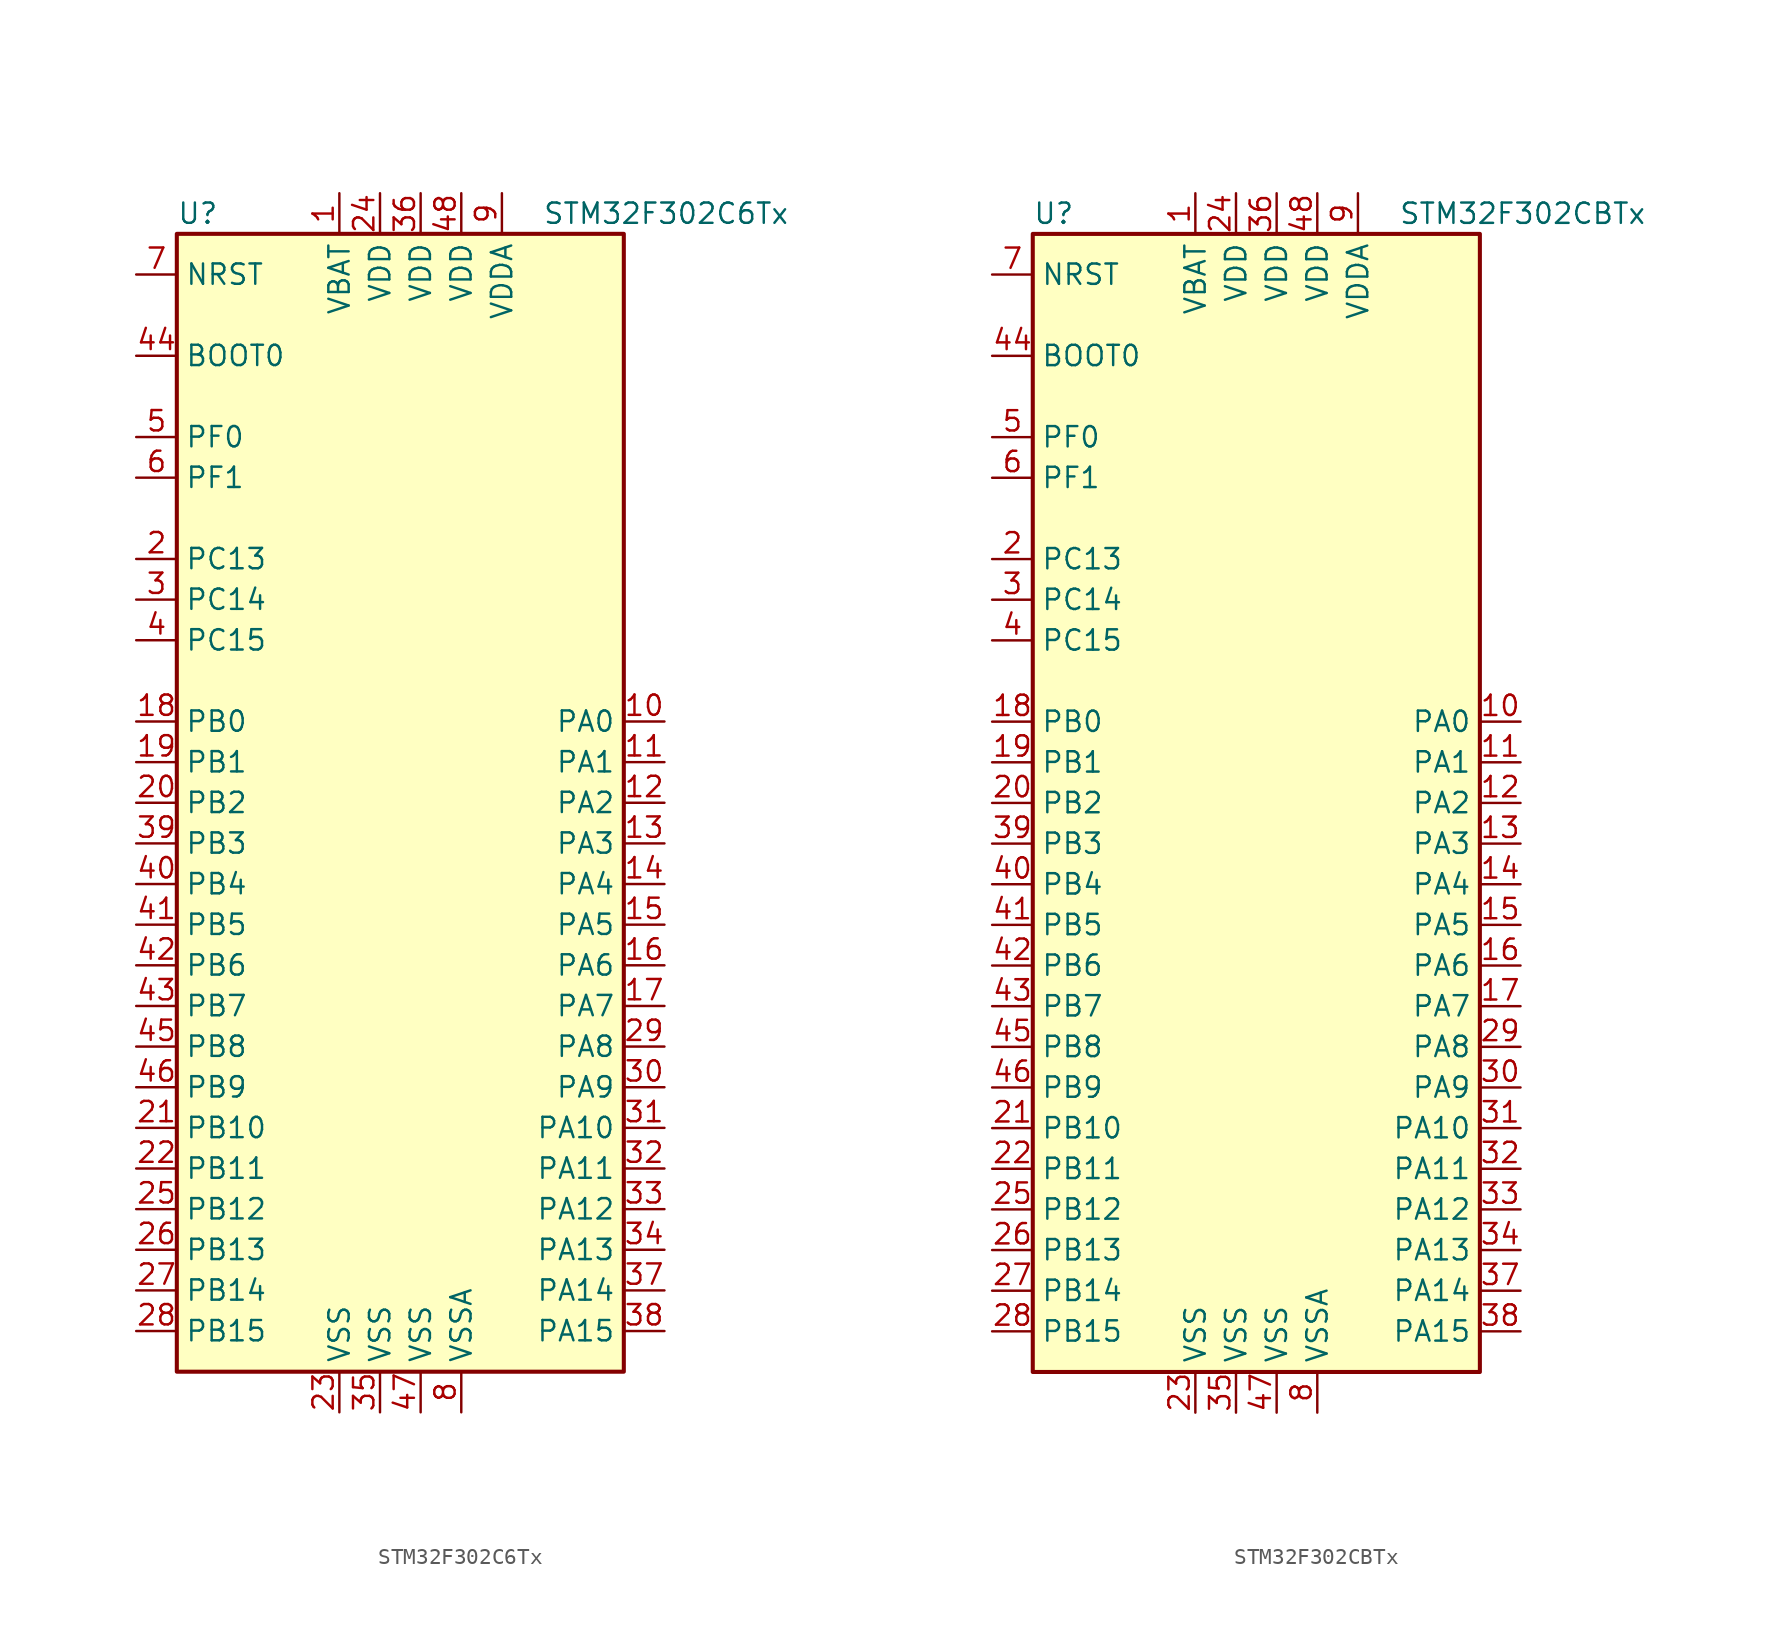
<source format=kicad_sym>
(kicad_symbol_lib
  (version 20201005)
  (generator kicad_symbol_editor)
  (symbol "STM32F302C6Tx"
    (property "Reference" "U"
      (at -15.24 36.83 0)
      (effects (font (size 1.27 1.27)) (justify left)))
    (property "Value" "STM32F302C6Tx"
      (at 7.62 36.83 0)
      (effects (font (size 1.27 1.27)) (justify left)))
    (symbol "STM32F302C6Tx_0_1"
      (rectangle (start -15.24 -35.56) (end 12.7 35.56) (stroke (width 0.254)) (fill (type background))))
    (symbol "STM32F302C6Tx_1_1"
      (pin input line (at -17.78 27.94 0) (length 2.54) (name "BOOT0" (effects (font (size 1.27 1.27)))) (number "44" (effects (font (size 1.27 1.27)))))
      (pin input line (at -17.78 33.02 0) (length 2.54) (name "NRST" (effects (font (size 1.27 1.27)))) (number "7" (effects (font (size 1.27 1.27)))))
      (pin bidirectional line (at 15.24 5.08 180) (length 2.54) (name "PA0" (effects (font (size 1.27 1.27)))) (number "10" (effects (font (size 1.27 1.27)))))
      (pin bidirectional line (at 15.24 2.54 180) (length 2.54) (name "PA1" (effects (font (size 1.27 1.27)))) (number "11" (effects (font (size 1.27 1.27)))))
      (pin bidirectional line (at 15.24 -20.32 180) (length 2.54) (name "PA10" (effects (font (size 1.27 1.27)))) (number "31" (effects (font (size 1.27 1.27)))))
      (pin bidirectional line (at 15.24 -22.86 180) (length 2.54) (name "PA11" (effects (font (size 1.27 1.27)))) (number "32" (effects (font (size 1.27 1.27)))))
      (pin bidirectional line (at 15.24 -25.4 180) (length 2.54) (name "PA12" (effects (font (size 1.27 1.27)))) (number "33" (effects (font (size 1.27 1.27)))))
      (pin bidirectional line (at 15.24 -27.94 180) (length 2.54) (name "PA13" (effects (font (size 1.27 1.27)))) (number "34" (effects (font (size 1.27 1.27)))))
      (pin bidirectional line (at 15.24 -30.48 180) (length 2.54) (name "PA14" (effects (font (size 1.27 1.27)))) (number "37" (effects (font (size 1.27 1.27)))))
      (pin bidirectional line (at 15.24 -33.02 180) (length 2.54) (name "PA15" (effects (font (size 1.27 1.27)))) (number "38" (effects (font (size 1.27 1.27)))))
      (pin bidirectional line (at 15.24 0 180) (length 2.54) (name "PA2" (effects (font (size 1.27 1.27)))) (number "12" (effects (font (size 1.27 1.27)))))
      (pin bidirectional line (at 15.24 -2.54 180) (length 2.54) (name "PA3" (effects (font (size 1.27 1.27)))) (number "13" (effects (font (size 1.27 1.27)))))
      (pin bidirectional line (at 15.24 -5.08 180) (length 2.54) (name "PA4" (effects (font (size 1.27 1.27)))) (number "14" (effects (font (size 1.27 1.27)))))
      (pin bidirectional line (at 15.24 -7.62 180) (length 2.54) (name "PA5" (effects (font (size 1.27 1.27)))) (number "15" (effects (font (size 1.27 1.27)))))
      (pin bidirectional line (at 15.24 -10.16 180) (length 2.54) (name "PA6" (effects (font (size 1.27 1.27)))) (number "16" (effects (font (size 1.27 1.27)))))
      (pin bidirectional line (at 15.24 -12.7 180) (length 2.54) (name "PA7" (effects (font (size 1.27 1.27)))) (number "17" (effects (font (size 1.27 1.27)))))
      (pin bidirectional line (at 15.24 -15.24 180) (length 2.54) (name "PA8" (effects (font (size 1.27 1.27)))) (number "29" (effects (font (size 1.27 1.27)))))
      (pin bidirectional line (at 15.24 -17.78 180) (length 2.54) (name "PA9" (effects (font (size 1.27 1.27)))) (number "30" (effects (font (size 1.27 1.27)))))
      (pin bidirectional line (at -17.78 5.08 0) (length 2.54) (name "PB0" (effects (font (size 1.27 1.27)))) (number "18" (effects (font (size 1.27 1.27)))))
      (pin bidirectional line (at -17.78 2.54 0) (length 2.54) (name "PB1" (effects (font (size 1.27 1.27)))) (number "19" (effects (font (size 1.27 1.27)))))
      (pin bidirectional line (at -17.78 -20.32 0) (length 2.54) (name "PB10" (effects (font (size 1.27 1.27)))) (number "21" (effects (font (size 1.27 1.27)))))
      (pin bidirectional line (at -17.78 -22.86 0) (length 2.54) (name "PB11" (effects (font (size 1.27 1.27)))) (number "22" (effects (font (size 1.27 1.27)))))
      (pin bidirectional line (at -17.78 -25.4 0) (length 2.54) (name "PB12" (effects (font (size 1.27 1.27)))) (number "25" (effects (font (size 1.27 1.27)))))
      (pin bidirectional line (at -17.78 -27.94 0) (length 2.54) (name "PB13" (effects (font (size 1.27 1.27)))) (number "26" (effects (font (size 1.27 1.27)))))
      (pin bidirectional line (at -17.78 -30.48 0) (length 2.54) (name "PB14" (effects (font (size 1.27 1.27)))) (number "27" (effects (font (size 1.27 1.27)))))
      (pin bidirectional line (at -17.78 -33.02 0) (length 2.54) (name "PB15" (effects (font (size 1.27 1.27)))) (number "28" (effects (font (size 1.27 1.27)))))
      (pin bidirectional line (at -17.78 0 0) (length 2.54) (name "PB2" (effects (font (size 1.27 1.27)))) (number "20" (effects (font (size 1.27 1.27)))))
      (pin bidirectional line (at -17.78 -2.54 0) (length 2.54) (name "PB3" (effects (font (size 1.27 1.27)))) (number "39" (effects (font (size 1.27 1.27)))))
      (pin bidirectional line (at -17.78 -5.08 0) (length 2.54) (name "PB4" (effects (font (size 1.27 1.27)))) (number "40" (effects (font (size 1.27 1.27)))))
      (pin bidirectional line (at -17.78 -7.62 0) (length 2.54) (name "PB5" (effects (font (size 1.27 1.27)))) (number "41" (effects (font (size 1.27 1.27)))))
      (pin bidirectional line (at -17.78 -10.16 0) (length 2.54) (name "PB6" (effects (font (size 1.27 1.27)))) (number "42" (effects (font (size 1.27 1.27)))))
      (pin bidirectional line (at -17.78 -12.7 0) (length 2.54) (name "PB7" (effects (font (size 1.27 1.27)))) (number "43" (effects (font (size 1.27 1.27)))))
      (pin bidirectional line (at -17.78 -15.24 0) (length 2.54) (name "PB8" (effects (font (size 1.27 1.27)))) (number "45" (effects (font (size 1.27 1.27)))))
      (pin bidirectional line (at -17.78 -17.78 0) (length 2.54) (name "PB9" (effects (font (size 1.27 1.27)))) (number "46" (effects (font (size 1.27 1.27)))))
      (pin bidirectional line (at -17.78 15.24 0) (length 2.54) (name "PC13" (effects (font (size 1.27 1.27)))) (number "2" (effects (font (size 1.27 1.27)))))
      (pin bidirectional line (at -17.78 12.7 0) (length 2.54) (name "PC14" (effects (font (size 1.27 1.27)))) (number "3" (effects (font (size 1.27 1.27)))))
      (pin bidirectional line (at -17.78 10.16 0) (length 2.54) (name "PC15" (effects (font (size 1.27 1.27)))) (number "4" (effects (font (size 1.27 1.27)))))
      (pin input line (at -17.78 22.86 0) (length 2.54) (name "PF0" (effects (font (size 1.27 1.27)))) (number "5" (effects (font (size 1.27 1.27)))))
      (pin input line (at -17.78 20.32 0) (length 2.54) (name "PF1" (effects (font (size 1.27 1.27)))) (number "6" (effects (font (size 1.27 1.27)))))
      (pin power_in line (at -5.08 38.1 270) (length 2.54) (name "VBAT" (effects (font (size 1.27 1.27)))) (number "1" (effects (font (size 1.27 1.27)))))
      (pin power_in line (at -2.54 38.1 270) (length 2.54) (name "VDD" (effects (font (size 1.27 1.27)))) (number "24" (effects (font (size 1.27 1.27)))))
      (pin power_in line (at 0 38.1 270) (length 2.54) (name "VDD" (effects (font (size 1.27 1.27)))) (number "36" (effects (font (size 1.27 1.27)))))
      (pin power_in line (at 2.54 38.1 270) (length 2.54) (name "VDD" (effects (font (size 1.27 1.27)))) (number "48" (effects (font (size 1.27 1.27)))))
      (pin power_in line (at 5.08 38.1 270) (length 2.54) (name "VDDA" (effects (font (size 1.27 1.27)))) (number "9" (effects (font (size 1.27 1.27)))))
      (pin power_in line (at -5.08 -38.1 90) (length 2.54) (name "VSS" (effects (font (size 1.27 1.27)))) (number "23" (effects (font (size 1.27 1.27)))))
      (pin power_in line (at -2.54 -38.1 90) (length 2.54) (name "VSS" (effects (font (size 1.27 1.27)))) (number "35" (effects (font (size 1.27 1.27)))))
      (pin power_in line (at 0 -38.1 90) (length 2.54) (name "VSS" (effects (font (size 1.27 1.27)))) (number "47" (effects (font (size 1.27 1.27)))))
      (pin power_in line (at 2.54 -38.1 90) (length 2.54) (name "VSSA" (effects (font (size 1.27 1.27)))) (number "8" (effects (font (size 1.27 1.27)))))))
  (symbol "STM32F302CBTx"
    (property "Reference" "U"
      (at -15.24 36.83 0)
      (effects (font (size 1.27 1.27)) (justify left)))
    (property "Value" "STM32F302CBTx"
      (at 7.62 36.83 0)
      (effects (font (size 1.27 1.27)) (justify left)))
    (symbol "STM32F302CBTx_0_1"
      (rectangle (start -15.24 -35.56) (end 12.7 35.56) (stroke (width 0.254)) (fill (type background))))
    (symbol "STM32F302CBTx_1_1"
      (pin input line (at -17.78 27.94 0) (length 2.54) (name "BOOT0" (effects (font (size 1.27 1.27)))) (number "44" (effects (font (size 1.27 1.27)))))
      (pin input line (at -17.78 33.02 0) (length 2.54) (name "NRST" (effects (font (size 1.27 1.27)))) (number "7" (effects (font (size 1.27 1.27)))))
      (pin bidirectional line (at 15.24 5.08 180) (length 2.54) (name "PA0" (effects (font (size 1.27 1.27)))) (number "10" (effects (font (size 1.27 1.27)))))
      (pin bidirectional line (at 15.24 2.54 180) (length 2.54) (name "PA1" (effects (font (size 1.27 1.27)))) (number "11" (effects (font (size 1.27 1.27)))))
      (pin bidirectional line (at 15.24 -20.32 180) (length 2.54) (name "PA10" (effects (font (size 1.27 1.27)))) (number "31" (effects (font (size 1.27 1.27)))))
      (pin bidirectional line (at 15.24 -22.86 180) (length 2.54) (name "PA11" (effects (font (size 1.27 1.27)))) (number "32" (effects (font (size 1.27 1.27)))))
      (pin bidirectional line (at 15.24 -25.4 180) (length 2.54) (name "PA12" (effects (font (size 1.27 1.27)))) (number "33" (effects (font (size 1.27 1.27)))))
      (pin bidirectional line (at 15.24 -27.94 180) (length 2.54) (name "PA13" (effects (font (size 1.27 1.27)))) (number "34" (effects (font (size 1.27 1.27)))))
      (pin bidirectional line (at 15.24 -30.48 180) (length 2.54) (name "PA14" (effects (font (size 1.27 1.27)))) (number "37" (effects (font (size 1.27 1.27)))))
      (pin bidirectional line (at 15.24 -33.02 180) (length 2.54) (name "PA15" (effects (font (size 1.27 1.27)))) (number "38" (effects (font (size 1.27 1.27)))))
      (pin bidirectional line (at 15.24 0 180) (length 2.54) (name "PA2" (effects (font (size 1.27 1.27)))) (number "12" (effects (font (size 1.27 1.27)))))
      (pin bidirectional line (at 15.24 -2.54 180) (length 2.54) (name "PA3" (effects (font (size 1.27 1.27)))) (number "13" (effects (font (size 1.27 1.27)))))
      (pin bidirectional line (at 15.24 -5.08 180) (length 2.54) (name "PA4" (effects (font (size 1.27 1.27)))) (number "14" (effects (font (size 1.27 1.27)))))
      (pin bidirectional line (at 15.24 -7.62 180) (length 2.54) (name "PA5" (effects (font (size 1.27 1.27)))) (number "15" (effects (font (size 1.27 1.27)))))
      (pin bidirectional line (at 15.24 -10.16 180) (length 2.54) (name "PA6" (effects (font (size 1.27 1.27)))) (number "16" (effects (font (size 1.27 1.27)))))
      (pin bidirectional line (at 15.24 -12.7 180) (length 2.54) (name "PA7" (effects (font (size 1.27 1.27)))) (number "17" (effects (font (size 1.27 1.27)))))
      (pin bidirectional line (at 15.24 -15.24 180) (length 2.54) (name "PA8" (effects (font (size 1.27 1.27)))) (number "29" (effects (font (size 1.27 1.27)))))
      (pin bidirectional line (at 15.24 -17.78 180) (length 2.54) (name "PA9" (effects (font (size 1.27 1.27)))) (number "30" (effects (font (size 1.27 1.27)))))
      (pin bidirectional line (at -17.78 5.08 0) (length 2.54) (name "PB0" (effects (font (size 1.27 1.27)))) (number "18" (effects (font (size 1.27 1.27)))))
      (pin bidirectional line (at -17.78 2.54 0) (length 2.54) (name "PB1" (effects (font (size 1.27 1.27)))) (number "19" (effects (font (size 1.27 1.27)))))
      (pin bidirectional line (at -17.78 -20.32 0) (length 2.54) (name "PB10" (effects (font (size 1.27 1.27)))) (number "21" (effects (font (size 1.27 1.27)))))
      (pin bidirectional line (at -17.78 -22.86 0) (length 2.54) (name "PB11" (effects (font (size 1.27 1.27)))) (number "22" (effects (font (size 1.27 1.27)))))
      (pin bidirectional line (at -17.78 -25.4 0) (length 2.54) (name "PB12" (effects (font (size 1.27 1.27)))) (number "25" (effects (font (size 1.27 1.27)))))
      (pin bidirectional line (at -17.78 -27.94 0) (length 2.54) (name "PB13" (effects (font (size 1.27 1.27)))) (number "26" (effects (font (size 1.27 1.27)))))
      (pin bidirectional line (at -17.78 -30.48 0) (length 2.54) (name "PB14" (effects (font (size 1.27 1.27)))) (number "27" (effects (font (size 1.27 1.27)))))
      (pin bidirectional line (at -17.78 -33.02 0) (length 2.54) (name "PB15" (effects (font (size 1.27 1.27)))) (number "28" (effects (font (size 1.27 1.27)))))
      (pin bidirectional line (at -17.78 0 0) (length 2.54) (name "PB2" (effects (font (size 1.27 1.27)))) (number "20" (effects (font (size 1.27 1.27)))))
      (pin bidirectional line (at -17.78 -2.54 0) (length 2.54) (name "PB3" (effects (font (size 1.27 1.27)))) (number "39" (effects (font (size 1.27 1.27)))))
      (pin bidirectional line (at -17.78 -5.08 0) (length 2.54) (name "PB4" (effects (font (size 1.27 1.27)))) (number "40" (effects (font (size 1.27 1.27)))))
      (pin bidirectional line (at -17.78 -7.62 0) (length 2.54) (name "PB5" (effects (font (size 1.27 1.27)))) (number "41" (effects (font (size 1.27 1.27)))))
      (pin bidirectional line (at -17.78 -10.16 0) (length 2.54) (name "PB6" (effects (font (size 1.27 1.27)))) (number "42" (effects (font (size 1.27 1.27)))))
      (pin bidirectional line (at -17.78 -12.7 0) (length 2.54) (name "PB7" (effects (font (size 1.27 1.27)))) (number "43" (effects (font (size 1.27 1.27)))))
      (pin bidirectional line (at -17.78 -15.24 0) (length 2.54) (name "PB8" (effects (font (size 1.27 1.27)))) (number "45" (effects (font (size 1.27 1.27)))))
      (pin bidirectional line (at -17.78 -17.78 0) (length 2.54) (name "PB9" (effects (font (size 1.27 1.27)))) (number "46" (effects (font (size 1.27 1.27)))))
      (pin bidirectional line (at -17.78 15.24 0) (length 2.54) (name "PC13" (effects (font (size 1.27 1.27)))) (number "2" (effects (font (size 1.27 1.27)))))
      (pin bidirectional line (at -17.78 12.7 0) (length 2.54) (name "PC14" (effects (font (size 1.27 1.27)))) (number "3" (effects (font (size 1.27 1.27)))))
      (pin bidirectional line (at -17.78 10.16 0) (length 2.54) (name "PC15" (effects (font (size 1.27 1.27)))) (number "4" (effects (font (size 1.27 1.27)))))
      (pin input line (at -17.78 22.86 0) (length 2.54) (name "PF0" (effects (font (size 1.27 1.27)))) (number "5" (effects (font (size 1.27 1.27)))))
      (pin input line (at -17.78 20.32 0) (length 2.54) (name "PF1" (effects (font (size 1.27 1.27)))) (number "6" (effects (font (size 1.27 1.27)))))
      (pin power_in line (at -5.08 38.1 270) (length 2.54) (name "VBAT" (effects (font (size 1.27 1.27)))) (number "1" (effects (font (size 1.27 1.27)))))
      (pin power_in line (at -2.54 38.1 270) (length 2.54) (name "VDD" (effects (font (size 1.27 1.27)))) (number "24" (effects (font (size 1.27 1.27)))))
      (pin power_in line (at 0 38.1 270) (length 2.54) (name "VDD" (effects (font (size 1.27 1.27)))) (number "36" (effects (font (size 1.27 1.27)))))
      (pin power_in line (at 2.54 38.1 270) (length 2.54) (name "VDD" (effects (font (size 1.27 1.27)))) (number "48" (effects (font (size 1.27 1.27)))))
      (pin power_in line (at 5.08 38.1 270) (length 2.54) (name "VDDA" (effects (font (size 1.27 1.27)))) (number "9" (effects (font (size 1.27 1.27)))))
      (pin power_in line (at -5.08 -38.1 90) (length 2.54) (name "VSS" (effects (font (size 1.27 1.27)))) (number "23" (effects (font (size 1.27 1.27)))))
      (pin power_in line (at -2.54 -38.1 90) (length 2.54) (name "VSS" (effects (font (size 1.27 1.27)))) (number "35" (effects (font (size 1.27 1.27)))))
      (pin power_in line (at 0 -38.1 90) (length 2.54) (name "VSS" (effects (font (size 1.27 1.27)))) (number "47" (effects (font (size 1.27 1.27)))))
      (pin power_in line (at 2.54 -38.1 90) (length 2.54) (name "VSSA" (effects (font (size 1.27 1.27)))) (number "8" (effects (font (size 1.27 1.27))))))))
</source>
